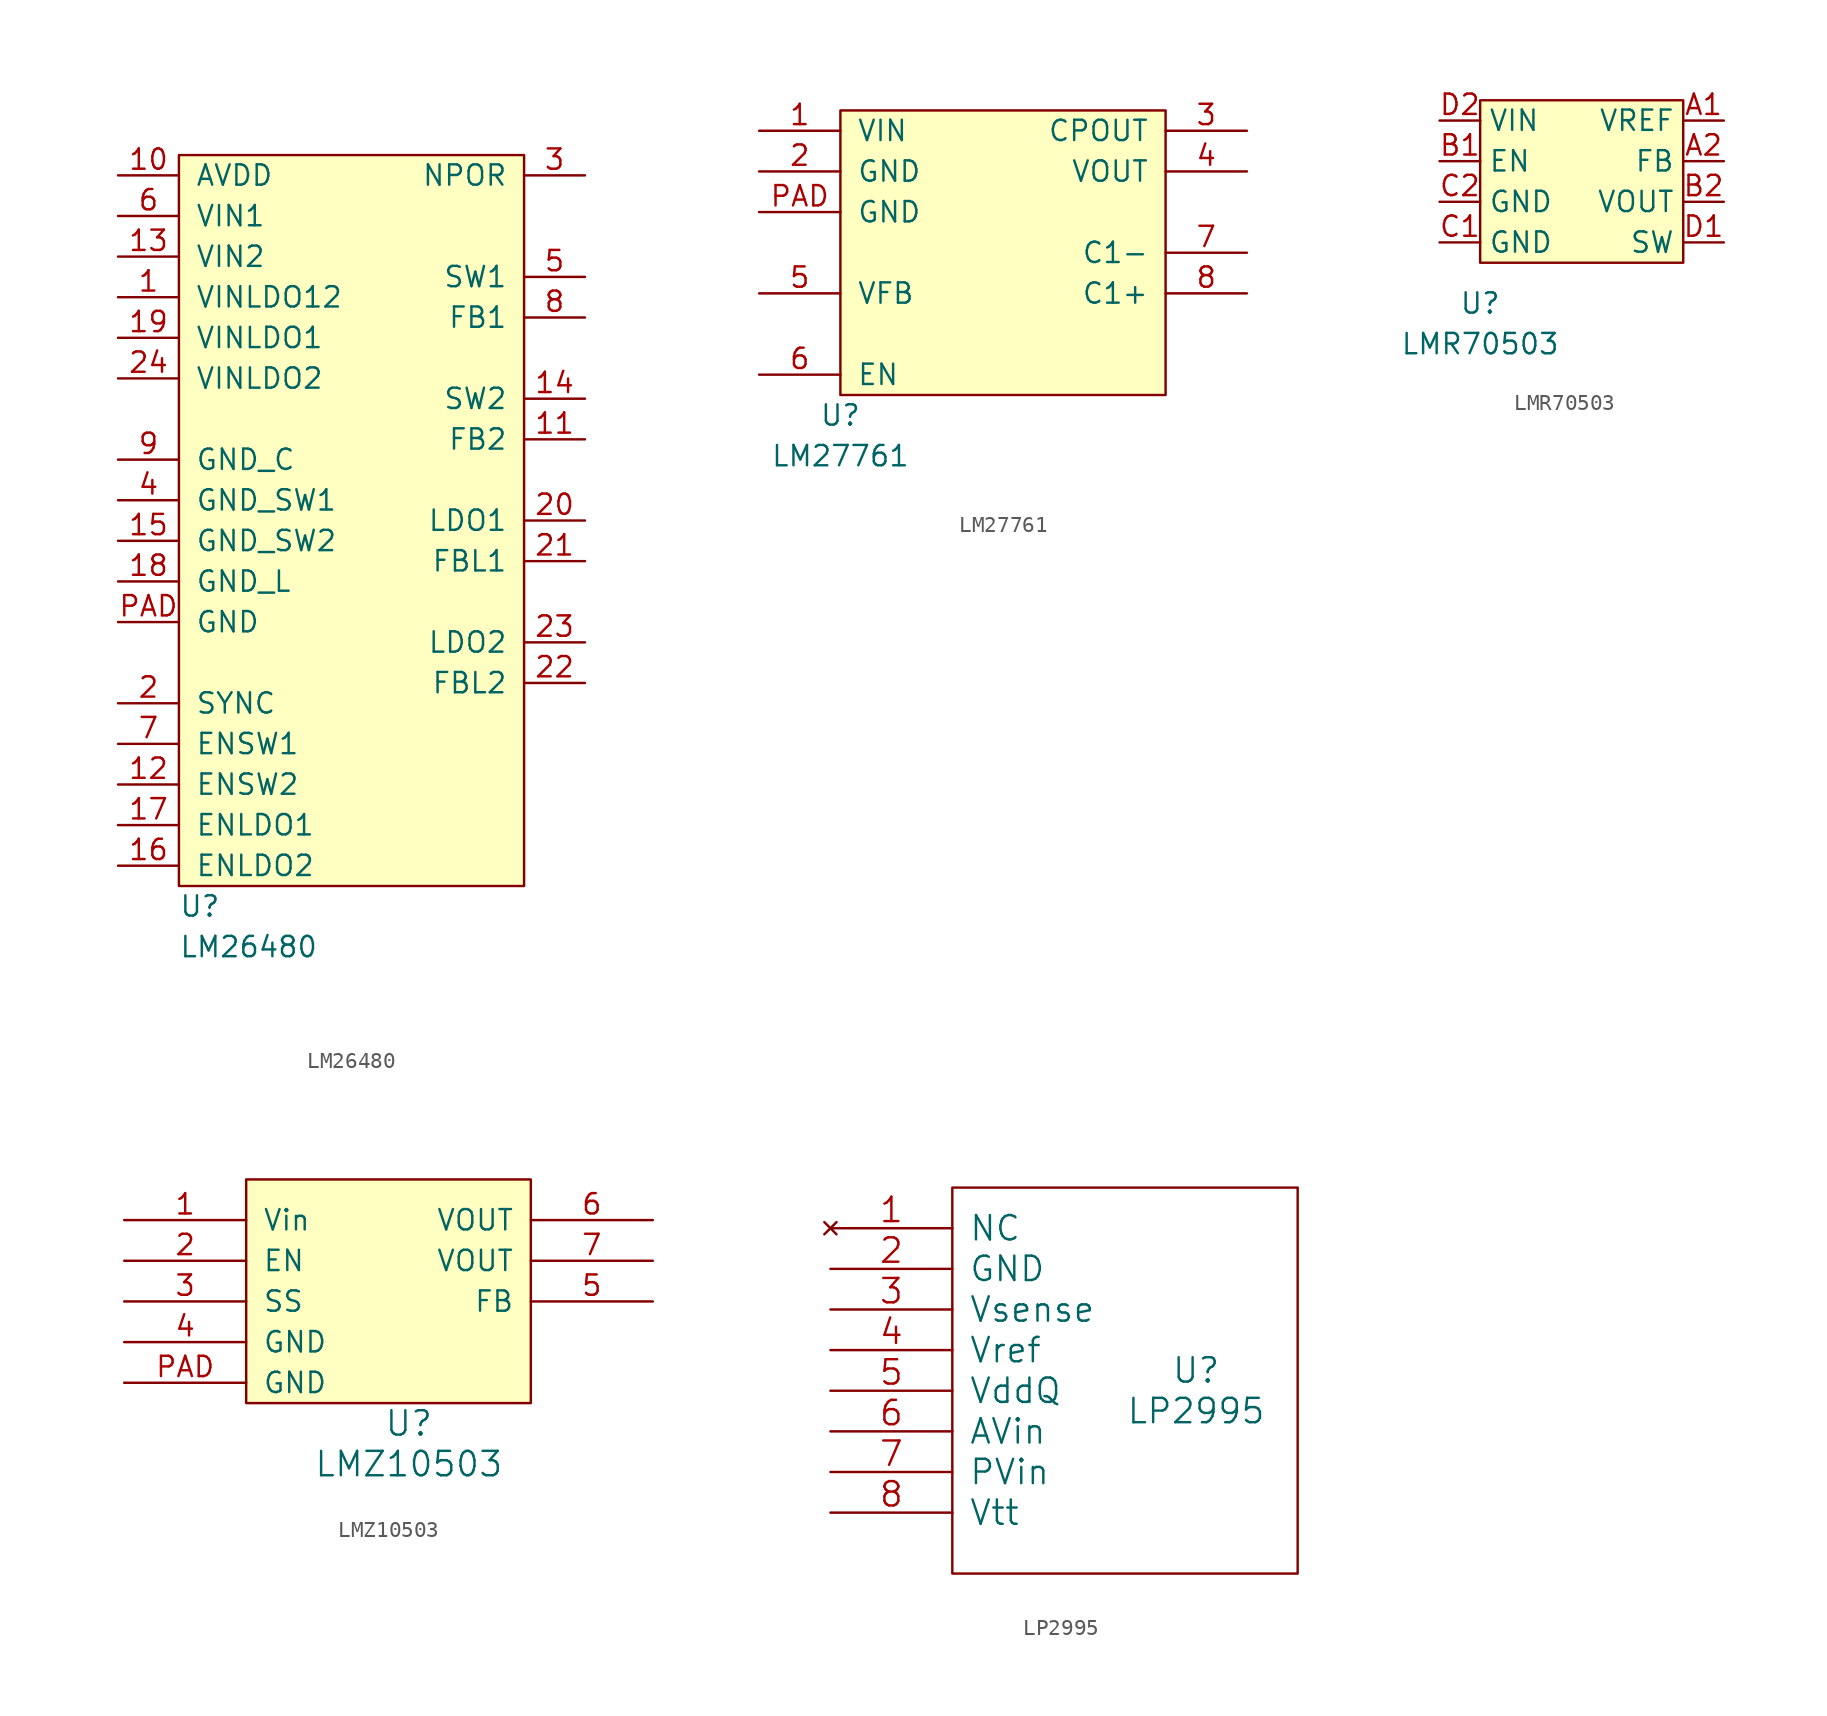
<source format=kicad_sym>
(kicad_symbol_lib
  (version 20231120)
  (generator "kicad_symbol_editor")
  (generator_version "8.0")
  (symbol "LM26480"
    (pin_names
      (offset 1.016))
    (property "Reference" "U"
      (at 0 -1.27 0)
      (effects (font (size 1.27 1.27)) (justify left)))
    (property "Value" "LM26480"
      (at 0 -3.81 0)
      (effects (font (size 1.27 1.27)) (justify left)))
    (symbol "LM26480_0_1"
      (rectangle (start 0 45.72) (end 21.59 0) (stroke (width 0) (type default)) (fill (type background))))
    (symbol "LM26480_1_1"
      (pin power_in line (at -3.81 36.83 0) (length 3.81) (name "VINLDO12" (effects (font (size 1.27 1.27)))) (number "1" (effects (font (size 1.27 1.27)))))
      (pin power_in line (at -3.81 44.45 0) (length 3.81) (name "AVDD" (effects (font (size 1.27 1.27)))) (number "10" (effects (font (size 1.27 1.27)))))
      (pin input line (at 25.4 27.94 180) (length 3.81) (name "FB2" (effects (font (size 1.27 1.27)))) (number "11" (effects (font (size 1.27 1.27)))))
      (pin input line (at -3.81 6.35 0) (length 3.81) (name "ENSW2" (effects (font (size 1.27 1.27)))) (number "12" (effects (font (size 1.27 1.27)))))
      (pin power_in line (at -3.81 39.37 0) (length 3.81) (name "VIN2" (effects (font (size 1.27 1.27)))) (number "13" (effects (font (size 1.27 1.27)))))
      (pin power_out line (at 25.4 30.48 180) (length 3.81) (name "SW2" (effects (font (size 1.27 1.27)))) (number "14" (effects (font (size 1.27 1.27)))))
      (pin power_in line (at -3.81 21.59 0) (length 3.81) (name "GND_SW2" (effects (font (size 1.27 1.27)))) (number "15" (effects (font (size 1.27 1.27)))))
      (pin input line (at -3.81 1.27 0) (length 3.81) (name "ENLDO2" (effects (font (size 1.27 1.27)))) (number "16" (effects (font (size 1.27 1.27)))))
      (pin input line (at -3.81 3.81 0) (length 3.81) (name "ENLDO1" (effects (font (size 1.27 1.27)))) (number "17" (effects (font (size 1.27 1.27)))))
      (pin power_in line (at -3.81 19.05 0) (length 3.81) (name "GND_L" (effects (font (size 1.27 1.27)))) (number "18" (effects (font (size 1.27 1.27)))))
      (pin power_in line (at -3.81 34.29 0) (length 3.81) (name "VINLDO1" (effects (font (size 1.27 1.27)))) (number "19" (effects (font (size 1.27 1.27)))))
      (pin input line (at -3.81 11.43 0) (length 3.81) (name "SYNC" (effects (font (size 1.27 1.27)))) (number "2" (effects (font (size 1.27 1.27)))))
      (pin power_out line (at 25.4 22.86 180) (length 3.81) (name "LDO1" (effects (font (size 1.27 1.27)))) (number "20" (effects (font (size 1.27 1.27)))))
      (pin input line (at 25.4 20.32 180) (length 3.81) (name "FBL1" (effects (font (size 1.27 1.27)))) (number "21" (effects (font (size 1.27 1.27)))))
      (pin input line (at 25.4 12.7 180) (length 3.81) (name "FBL2" (effects (font (size 1.27 1.27)))) (number "22" (effects (font (size 1.27 1.27)))))
      (pin power_out line (at 25.4 15.24 180) (length 3.81) (name "LDO2" (effects (font (size 1.27 1.27)))) (number "23" (effects (font (size 1.27 1.27)))))
      (pin power_in line (at -3.81 31.75 0) (length 3.81) (name "VINLDO2" (effects (font (size 1.27 1.27)))) (number "24" (effects (font (size 1.27 1.27)))))
      (pin output line (at 25.4 44.45 180) (length 3.81) (name "NPOR" (effects (font (size 1.27 1.27)))) (number "3" (effects (font (size 1.27 1.27)))))
      (pin power_in line (at -3.81 24.13 0) (length 3.81) (name "GND_SW1" (effects (font (size 1.27 1.27)))) (number "4" (effects (font (size 1.27 1.27)))))
      (pin power_out line (at 25.4 38.1 180) (length 3.81) (name "SW1" (effects (font (size 1.27 1.27)))) (number "5" (effects (font (size 1.27 1.27)))))
      (pin power_in line (at -3.81 41.91 0) (length 3.81) (name "VIN1" (effects (font (size 1.27 1.27)))) (number "6" (effects (font (size 1.27 1.27)))))
      (pin input line (at -3.81 8.89 0) (length 3.81) (name "ENSW1" (effects (font (size 1.27 1.27)))) (number "7" (effects (font (size 1.27 1.27)))))
      (pin input line (at 25.4 35.56 180) (length 3.81) (name "FB1" (effects (font (size 1.27 1.27)))) (number "8" (effects (font (size 1.27 1.27)))))
      (pin power_in line (at -3.81 26.67 0) (length 3.81) (name "GND_C" (effects (font (size 1.27 1.27)))) (number "9" (effects (font (size 1.27 1.27)))))
      (pin power_in line (at -3.81 16.51 0) (length 3.81) (name "GND" (effects (font (size 1.27 1.27)))) (number "PAD" (effects (font (size 1.27 1.27)))))))
  (symbol "LM27761"
    (pin_names
      (offset 1.016))
    (property "Reference" "U"
      (at 0 -1.27 0)
      (effects (font (size 1.27 1.27))))
    (property "Value" "LM27761"
      (at 0 -3.81 0)
      (effects (font (size 1.27 1.27))))
    (symbol "LM27761_0_1"
      (rectangle (start 0 17.78) (end 20.32 0) (stroke (width 0) (type default)) (fill (type background))))
    (symbol "LM27761_1_1"
      (pin power_in line (at -5.08 16.51 0) (length 5.08) (name "VIN" (effects (font (size 1.27 1.27)))) (number "1" (effects (font (size 1.27 1.27)))))
      (pin power_in line (at -5.08 13.97 0) (length 5.08) (name "GND" (effects (font (size 1.27 1.27)))) (number "2" (effects (font (size 1.27 1.27)))))
      (pin power_out line (at 25.4 16.51 180) (length 5.08) (name "CPOUT" (effects (font (size 1.27 1.27)))) (number "3" (effects (font (size 1.27 1.27)))))
      (pin power_out line (at 25.4 13.97 180) (length 5.08) (name "VOUT" (effects (font (size 1.27 1.27)))) (number "4" (effects (font (size 1.27 1.27)))))
      (pin input line (at -5.08 6.35 0) (length 5.08) (name "VFB" (effects (font (size 1.27 1.27)))) (number "5" (effects (font (size 1.27 1.27)))))
      (pin input line (at -5.08 1.27 0) (length 5.08) (name "EN" (effects (font (size 1.27 1.27)))) (number "6" (effects (font (size 1.27 1.27)))))
      (pin passive line (at 25.4 8.89 180) (length 5.08) (name "C1-" (effects (font (size 1.27 1.27)))) (number "7" (effects (font (size 1.27 1.27)))))
      (pin passive line (at 25.4 6.35 180) (length 5.08) (name "C1+" (effects (font (size 1.27 1.27)))) (number "8" (effects (font (size 1.27 1.27)))))
      (pin power_in line (at -5.08 11.43 0) (length 5.08) (name "GND" (effects (font (size 1.27 1.27)))) (number "PAD" (effects (font (size 1.27 1.27)))))))
  (symbol "LMR70503"
    (property "Reference" "U"
      (at 0 -2.54 0)
      (effects (font (size 1.27 1.27))))
    (property "Value" "LMR70503"
      (at 0 -5.08 0)
      (effects (font (size 1.27 1.27))))
    (symbol "LMR70503_0_1"
      (rectangle (start 0 10.16) (end 12.7 0) (stroke (width 0.152) (type default)) (fill (type background))))
    (symbol "LMR70503_1_1"
      (pin input line (at 15.24 8.89 180) (length 2.54) (name "VREF" (effects (font (size 1.27 1.27)))) (number "A1" (effects (font (size 1.27 1.27)))))
      (pin input line (at 15.24 6.35 180) (length 2.54) (name "FB" (effects (font (size 1.27 1.27)))) (number "A2" (effects (font (size 1.27 1.27)))))
      (pin input line (at -2.54 6.35 0) (length 2.54) (name "EN" (effects (font (size 1.27 1.27)))) (number "B1" (effects (font (size 1.27 1.27)))))
      (pin power_out line (at 15.24 3.81 180) (length 2.54) (name "VOUT" (effects (font (size 1.27 1.27)))) (number "B2" (effects (font (size 1.27 1.27)))))
      (pin power_in line (at -2.54 1.27 0) (length 2.54) (name "GND" (effects (font (size 1.27 1.27)))) (number "C1" (effects (font (size 1.27 1.27)))))
      (pin power_in line (at -2.54 3.81 0) (length 2.54) (name "GND" (effects (font (size 1.27 1.27)))) (number "C2" (effects (font (size 1.27 1.27)))))
      (pin passive line (at 15.24 1.27 180) (length 2.54) (name "SW" (effects (font (size 1.27 1.27)))) (number "D1" (effects (font (size 1.27 1.27)))))
      (pin power_in line (at -2.54 8.89 0) (length 2.54) (name "VIN" (effects (font (size 1.27 1.27)))) (number "D2" (effects (font (size 1.27 1.27)))))))
  (symbol "LMZ10503"
    (pin_names
      (offset 1.016))
    (property "Reference" "U"
      (at 0 -2.54 0)
      (effects (font (size 1.524 1.524))))
    (property "Value" "LMZ10503"
      (at 0 -5.08 0)
      (effects (font (size 1.524 1.524))))
    (property "Footprint" ""
      (at 0 0 0)
      (effects (font (size 1.524 1.524))))
    (property "Datasheet" ""
      (at 0 0 0)
      (effects (font (size 1.524 1.524))))
    (symbol "LMZ10503_0_1"
      (rectangle (start 7.62 -1.27) (end -10.16 12.7) (stroke (width 0) (type default)) (fill (type background))))
    (symbol "LMZ10503_1_1"
      (pin power_in line (at -17.78 10.16 0) (length 7.62) (name "Vin" (effects (font (size 1.27 1.27)))) (number "1" (effects (font (size 1.27 1.27)))))
      (pin input line (at -17.78 7.62 0) (length 7.62) (name "EN" (effects (font (size 1.27 1.27)))) (number "2" (effects (font (size 1.27 1.27)))))
      (pin input line (at -17.78 5.08 0) (length 7.62) (name "SS" (effects (font (size 1.27 1.27)))) (number "3" (effects (font (size 1.27 1.27)))))
      (pin power_in line (at -17.78 2.54 0) (length 7.62) (name "GND" (effects (font (size 1.27 1.27)))) (number "4" (effects (font (size 1.27 1.27)))))
      (pin input line (at 15.24 5.08 180) (length 7.62) (name "FB" (effects (font (size 1.27 1.27)))) (number "5" (effects (font (size 1.27 1.27)))))
      (pin power_out line (at 15.24 10.16 180) (length 7.62) (name "VOUT" (effects (font (size 1.27 1.27)))) (number "6" (effects (font (size 1.27 1.27)))))
      (pin passive line (at 15.24 7.62 180) (length 7.62) (name "VOUT" (effects (font (size 1.27 1.27)))) (number "7" (effects (font (size 1.27 1.27)))))
      (pin power_in line (at -17.78 0 0) (length 7.62) (name "GND" (effects (font (size 1.27 1.27)))) (number "PAD" (effects (font (size 1.27 1.27)))))))
  (symbol "LP2995"
    (pin_names
      (offset 1.016))
    (property "Reference" "U"
      (at 6.35 2.54 0)
      (effects (font (size 1.524 1.524))))
    (property "Value" "LP2995"
      (at 6.35 0 0)
      (effects (font (size 1.524 1.524))))
    (property "Footprint" ""
      (at 0 0 0)
      (effects (font (size 1.524 1.524))))
    (property "Datasheet" ""
      (at 0 0 0)
      (effects (font (size 1.524 1.524))))
    (symbol "LP2995_0_1"
      (rectangle (start -8.89 13.97) (end 12.7 -10.16) (stroke (width 0) (type default)) (fill (type none))))
    (symbol "LP2995_1_1"
      (pin no_connect line (at -16.51 11.43 0) (length 7.62) (name "NC" (effects (font (size 1.524 1.524)))) (number "1" (effects (font (size 1.524 1.524)))))
      (pin power_in line (at -16.51 8.89 0) (length 7.62) (name "GND" (effects (font (size 1.524 1.524)))) (number "2" (effects (font (size 1.524 1.524)))))
      (pin power_in line (at -16.51 6.35 0) (length 7.62) (name "Vsense" (effects (font (size 1.524 1.524)))) (number "3" (effects (font (size 1.524 1.524)))))
      (pin power_out line (at -16.51 3.81 0) (length 7.62) (name "Vref" (effects (font (size 1.524 1.524)))) (number "4" (effects (font (size 1.524 1.524)))))
      (pin power_in line (at -16.51 1.27 0) (length 7.62) (name "VddQ" (effects (font (size 1.524 1.524)))) (number "5" (effects (font (size 1.524 1.524)))))
      (pin power_in line (at -16.51 -1.27 0) (length 7.62) (name "AVin" (effects (font (size 1.524 1.524)))) (number "6" (effects (font (size 1.524 1.524)))))
      (pin power_in line (at -16.51 -3.81 0) (length 7.62) (name "PVin" (effects (font (size 1.524 1.524)))) (number "7" (effects (font (size 1.524 1.524)))))
      (pin power_out line (at -16.51 -6.35 0) (length 7.62) (name "Vtt" (effects (font (size 1.524 1.524)))) (number "8" (effects (font (size 1.524 1.524))))))))
</source>
